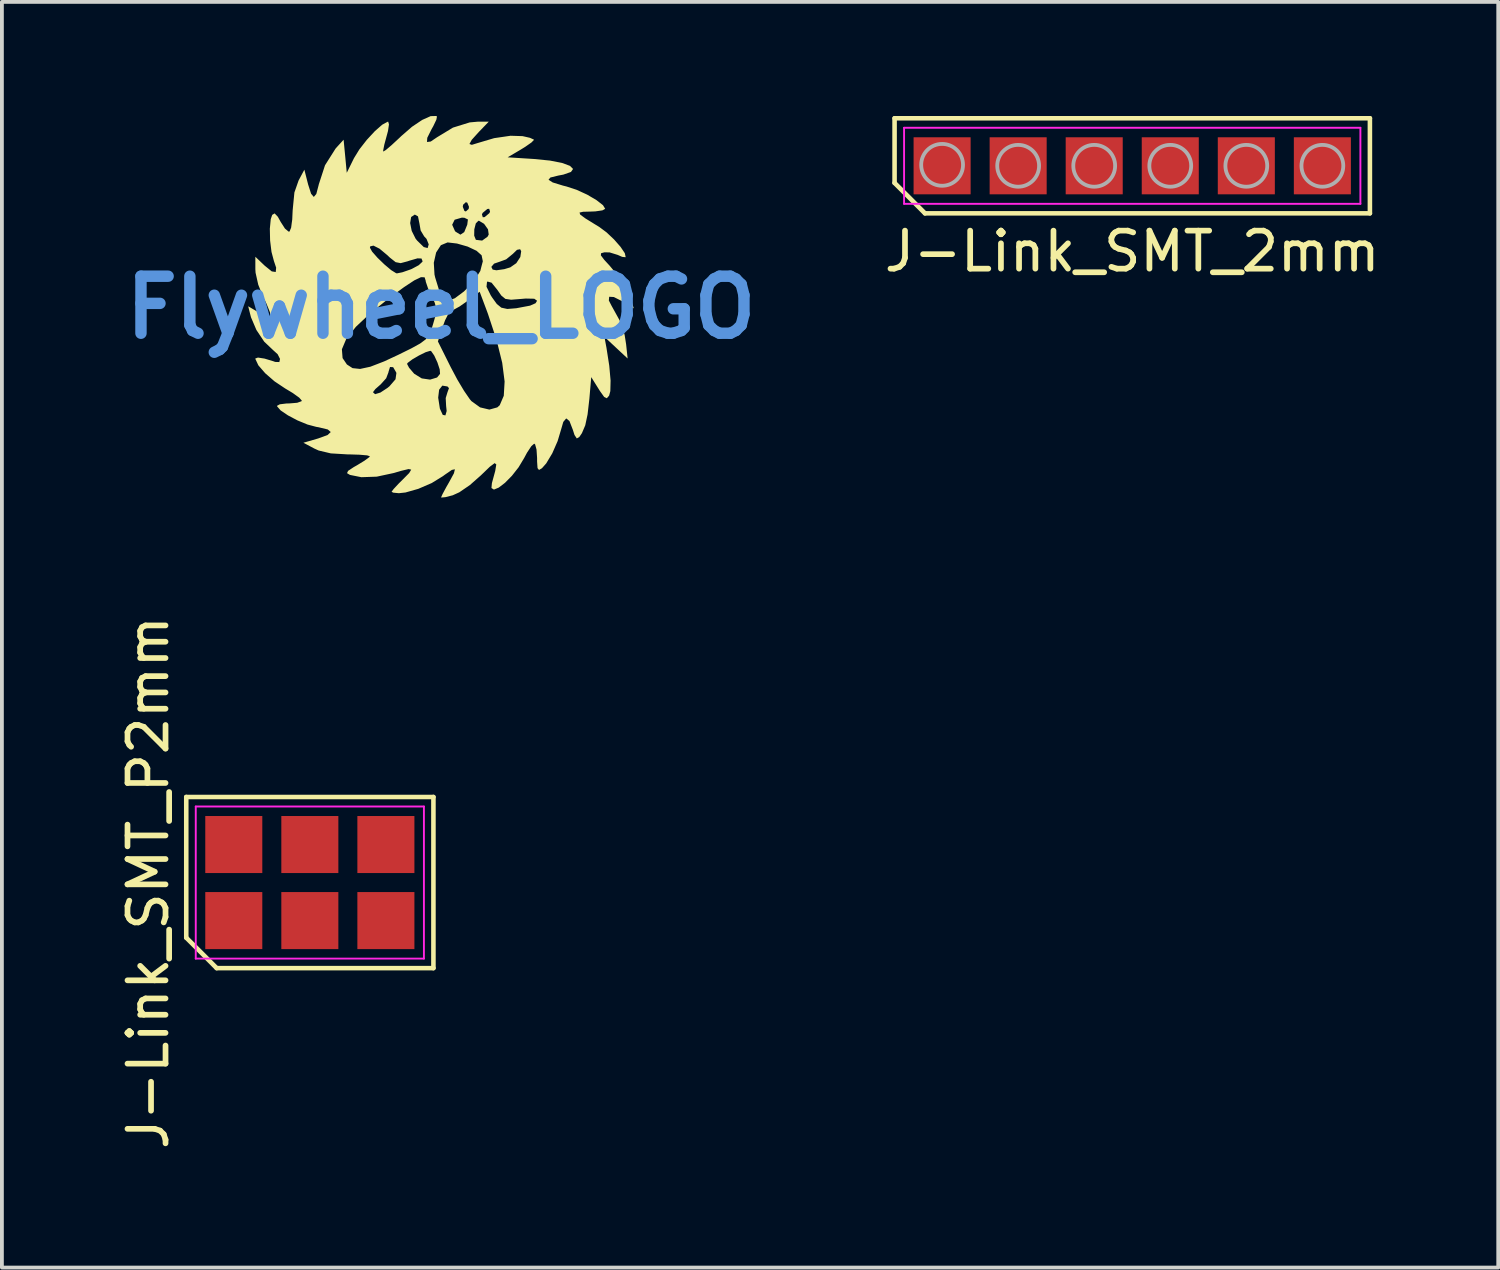
<source format=kicad_pcb>
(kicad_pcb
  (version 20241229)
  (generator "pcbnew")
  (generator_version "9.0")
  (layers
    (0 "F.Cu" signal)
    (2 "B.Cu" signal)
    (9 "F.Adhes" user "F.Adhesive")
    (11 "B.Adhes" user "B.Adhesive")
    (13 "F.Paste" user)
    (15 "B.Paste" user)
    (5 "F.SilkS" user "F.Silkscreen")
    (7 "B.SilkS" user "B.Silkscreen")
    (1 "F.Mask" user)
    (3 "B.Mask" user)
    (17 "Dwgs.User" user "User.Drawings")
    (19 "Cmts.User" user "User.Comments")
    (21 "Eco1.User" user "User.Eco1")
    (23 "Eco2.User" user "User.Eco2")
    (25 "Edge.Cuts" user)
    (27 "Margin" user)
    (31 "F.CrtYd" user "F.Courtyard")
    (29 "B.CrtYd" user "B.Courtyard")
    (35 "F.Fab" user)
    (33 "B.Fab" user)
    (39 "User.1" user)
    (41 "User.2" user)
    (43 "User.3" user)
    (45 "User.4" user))
  (footprint "J-Link_SMT_2mm"
    (layer "F.Cu")
    (at 26.725 1.31)
    (property "Reference" "J-Link_SMT_2mm" (at 0 2.25 0) (layer "F.SilkS") (effects (font (size 1 1) (thickness 0.15))))
    (attr through_hole)
    (fp_line (start -6.25 -1.25) (end 6.25 -1.25) (stroke (width 0.12) (type default)) (layer "F.SilkS"))
    (fp_line (start -6.25 0.45) (end -6.25 -1.25) (stroke (width 0.12) (type default)) (layer "F.SilkS"))
    (fp_line (start -5.45 1.25) (end -6.25 0.45) (stroke (width 0.12) (type default)) (layer "F.SilkS"))
    (fp_line (start 6.25 -1.25) (end 6.25 1.25) (stroke (width 0.12) (type default)) (layer "F.SilkS"))
    (fp_line (start 6.25 1.25) (end -5.45 1.25) (stroke (width 0.12) (type default)) (layer "F.SilkS"))
    (fp_line (start -6 -1) (end 6 -1) (stroke (width 0.05) (type default)) (layer "F.CrtYd"))
    (fp_line (start -6 1) (end -6 -1) (stroke (width 0.05) (type default)) (layer "F.CrtYd"))
    (fp_line (start 6 -1) (end 6 1) (stroke (width 0.05) (type default)) (layer "F.CrtYd"))
    (fp_line (start 6 1) (end -6 1) (stroke (width 0.05) (type default)) (layer "F.CrtYd"))
    (fp_circle (center -5 -0.025) (end -5 -0.575) (stroke (width 0.1) (type default)) (fill no) (layer "F.Fab"))
    (fp_circle (center -3 0) (end -3 -0.55) (stroke (width 0.1) (type default)) (fill no) (layer "F.Fab"))
    (fp_circle (center -1 0) (end -1 -0.55) (stroke (width 0.1) (type default)) (fill no) (layer "F.Fab"))
    (fp_circle (center 1 0) (end 1 -0.55) (stroke (width 0.1) (type default)) (fill no) (layer "F.Fab"))
    (fp_circle (center 3 0) (end 3 -0.55) (stroke (width 0.1) (type default)) (fill no) (layer "F.Fab"))
    (fp_circle (center 5 0) (end 5 -0.55) (stroke (width 0.1) (type default)) (fill no) (layer "F.Fab"))
    (pad "1" smd rect (at -5 0) (size 1.5 1.5) (layers "F.Cu" "F.Mask" "F.Paste"))
    (pad "2" smd rect (at -3 0) (size 1.5 1.5) (layers "F.Cu" "F.Mask" "F.Paste"))
    (pad "3" smd rect (at -1 0) (size 1.5 1.5) (layers "F.Cu" "F.Mask" "F.Paste"))
    (pad "4" smd rect (at 1 0) (size 1.5 1.5) (layers "F.Cu" "F.Mask" "F.Paste"))
    (pad "5" smd rect (at 3 0) (size 1.5 1.5) (layers "F.Cu" "F.Mask" "F.Paste"))
    (pad "6" smd rect (at 5 0) (size 1.5 1.5) (layers "F.Cu" "F.Mask" "F.Paste")))
  (footprint "Flywheel_LOGO"
    (layer "F.Cu")
    (at 8.55 5.035)
    (property "Reference" "Flywheel_LOGO" (at 0 0 0) (layer "Cmts.User") (effects (font (size 1.5 1.5) (thickness 0.3))))
    (attr board_only exclude_from_pos_files exclude_from_bom)
    (fp_poly (pts (xy -0.109 -5.021) (xy -0.125 -4.937) (xy -0.206 -4.767) (xy -0.251 -4.688) (xy -0.364 -4.461) (xy -0.371 -4.351) (xy -0.273 -4.363) (xy -0.106 -4.476) (xy 0.311 -4.729) (xy 0.752 -4.866) (xy 0.962 -4.885) (xy 1.253 -4.885) (xy 0.993 -4.616) (xy 0.806 -4.409) (xy 0.745 -4.298) (xy 0.808 -4.276) (xy 0.947 -4.319) (xy 1.395 -4.452) (xy 1.827 -4.515) (xy 2.143 -4.505) (xy 2.336 -4.461) (xy 2.437 -4.415) (xy 2.442 -4.406) (xy 2.377 -4.339) (xy 2.214 -4.225) (xy 2.096 -4.152) (xy 1.75 -3.948) (xy 2.442 -3.904) (xy 2.864 -3.862) (xy 3.184 -3.799) (xy 3.389 -3.723) (xy 3.47 -3.642) (xy 3.415 -3.563) (xy 3.214 -3.493) (xy 3.082 -3.468) (xy 2.874 -3.417) (xy 2.825 -3.358) (xy 2.935 -3.287) (xy 3.205 -3.204) (xy 3.297 -3.181) (xy 3.563 -3.094) (xy 3.84 -2.967) (xy 4.085 -2.823) (xy 4.257 -2.689) (xy 4.315 -2.594) (xy 4.242 -2.553) (xy 4.056 -2.526) (xy 3.928 -2.521) (xy 3.733 -2.516) (xy 3.64 -2.495) (xy 3.658 -2.442) (xy 3.795 -2.341) (xy 4.06 -2.177) (xy 4.159 -2.117) (xy 4.351 -1.974) (xy 4.548 -1.788) (xy 4.719 -1.593) (xy 4.831 -1.427) (xy 4.853 -1.326) (xy 4.849 -1.321) (xy 4.762 -1.33) (xy 4.643 -1.382) (xy 4.432 -1.447) (xy 4.296 -1.45) (xy 4.207 -1.426) (xy 4.201 -1.37) (xy 4.29 -1.252) (xy 4.431 -1.099) (xy 4.73 -0.741) (xy 4.924 -0.394) (xy 5.006 -0.171) (xy 5.066 0.025) (xy 4.768 -0.16) (xy 4.542 -0.274) (xy 4.42 -0.281) (xy 4.411 -0.183) (xy 4.475 -0.057) (xy 4.7 0.35) (xy 4.826 0.721) (xy 4.865 0.967) (xy 4.905 1.343) (xy 4.6 1.058) (xy 4.295 0.773) (xy 4.348 1.058) (xy 4.422 1.533) (xy 4.457 1.923) (xy 4.45 2.201) (xy 4.418 2.32) (xy 4.358 2.388) (xy 4.288 2.354) (xy 4.178 2.2) (xy 4.144 2.146) (xy 3.948 1.832) (xy 3.899 2.402) (xy 3.852 2.811) (xy 3.791 3.099) (xy 3.703 3.306) (xy 3.634 3.407) (xy 3.568 3.445) (xy 3.508 3.354) (xy 3.464 3.217) (xy 3.375 2.987) (xy 3.29 2.918) (xy 3.213 3.01) (xy 3.159 3.197) (xy 3.064 3.515) (xy 2.923 3.837) (xy 2.763 4.103) (xy 2.652 4.228) (xy 2.574 4.274) (xy 2.536 4.225) (xy 2.524 4.05) (xy 2.524 3.958) (xy 2.509 3.736) (xy 2.472 3.601) (xy 2.448 3.582) (xy 2.372 3.649) (xy 2.259 3.82) (xy 2.186 3.956) (xy 2.038 4.203) (xy 1.862 4.427) (xy 1.68 4.612) (xy 1.515 4.738) (xy 1.389 4.79) (xy 1.324 4.749) (xy 1.336 4.62) (xy 1.423 4.3) (xy 1.451 4.128) (xy 1.408 4.094) (xy 1.281 4.189) (xy 1.058 4.404) (xy 1.049 4.413) (xy 0.758 4.67) (xy 0.479 4.861) (xy 0.305 4.94) (xy 0.113 4.989) (xy 0.007 4.999) (xy 0 4.993) (xy 0.038 4.907) (xy 0.134 4.728) (xy 0.211 4.594) (xy 0.337 4.362) (xy 0.363 4.256) (xy 0.283 4.272) (xy 0.091 4.404) (xy 0.05 4.435) (xy -0.247 4.618) (xy -0.599 4.77) (xy -0.936 4.866) (xy -1.109 4.885) (xy -1.257 4.871) (xy -1.303 4.848) (xy -1.249 4.775) (xy -1.113 4.629) (xy -1.005 4.522) (xy -0.839 4.354) (xy -0.786 4.265) (xy -0.855 4.25) (xy -1.06 4.299) (xy -1.254 4.356) (xy -1.692 4.45) (xy -2.097 4.464) (xy -2.397 4.404) (xy -2.474 4.358) (xy -2.447 4.298) (xy -2.298 4.199) (xy -2.213 4.151) (xy -2.015 4.03) (xy -1.892 3.939) (xy -1.873 3.913) (xy -1.947 3.89) (xy -2.144 3.873) (xy -2.423 3.864) (xy -2.463 3.864) (xy -2.9 3.838) (xy -3.221 3.762) (xy -3.337 3.709) (xy -3.621 3.558) (xy -3.232 3.445) (xy -2.986 3.355) (xy -2.902 3.277) (xy -2.98 3.209) (xy -3.22 3.151) (xy -3.285 3.14) (xy -3.514 3.079) (xy -3.776 2.971) (xy -4.026 2.839) (xy -4.22 2.708) (xy -4.312 2.602) (xy -4.315 2.587) (xy -4.242 2.547) (xy -4.062 2.525) (xy -3.989 2.524) (xy -3.785 2.507) (xy -3.672 2.467) (xy -3.663 2.45) (xy -3.729 2.375) (xy -3.732 2.372) (xy -0.077 2.372) (xy -0.033 2.657) (xy -0.03 2.666) (xy 0.043 2.825) (xy 0.113 2.839) (xy 0.146 2.724) (xy 0.132 2.593) (xy 0.121 2.383) (xy 0.166 2.235) (xy 0.166 2.234) (xy 0.207 2.122) (xy 0.167 2.078) (xy 0.032 2.056) (xy -0.052 2.163) (xy -0.077 2.372) (xy -3.732 2.372) (xy -3.899 2.252) (xy -3.935 2.23) (xy -1.791 2.23) (xy -1.736 2.281) (xy -1.596 2.238) (xy -1.41 2.116) (xy -1.358 2.073) (xy -1.199 1.889) (xy -1.176 1.726) (xy -1.181 1.709) (xy -1.261 1.571) (xy -1.344 1.566) (xy -1.384 1.696) (xy -1.384 1.704) (xy -1.444 1.862) (xy -1.587 2.021) (xy -1.729 2.146) (xy -1.791 2.228) (xy -1.791 2.23) (xy -3.935 2.23) (xy -4.103 2.129) (xy -4.38 1.944) (xy -4.626 1.73) (xy -4.806 1.522) (xy -4.884 1.356) (xy -4.885 1.342) (xy -4.816 1.318) (xy -4.643 1.345) (xy -4.409 1.416) (xy -4.363 1.433) (xy -4.254 1.436) (xy -4.236 1.354) (xy -4.299 1.23) (xy -4.428 1.113) (xy -4.441 1.1) (xy -2.609 1.1) (xy -2.591 1.332) (xy -2.477 1.5) (xy -2.329 1.596) (xy -2.131 1.617) (xy -1.861 1.559) (xy -1.666 1.484) (xy -0.896 1.484) (xy -0.843 1.585) (xy -0.716 1.734) (xy -0.705 1.745) (xy -0.509 1.866) (xy -0.29 1.898) (xy -0.106 1.842) (xy -0.028 1.747) (xy -0.037 1.628) (xy -0.097 1.446) (xy -0.18 1.266) (xy -0.259 1.152) (xy -0.284 1.14) (xy -0.404 1.176) (xy -0.581 1.263) (xy -0.759 1.367) (xy -0.877 1.456) (xy -0.896 1.484) (xy -1.666 1.484) (xy -1.496 1.418) (xy -1.129 1.247) (xy -0.782 1.076) (xy -0.552 0.949) (xy -0.478 0.894) (xy -0.084 0.894) (xy 0.251 1.566) (xy 0.426 1.896) (xy 0.604 2.194) (xy 0.754 2.412) (xy 0.797 2.463) (xy 1.025 2.628) (xy 1.269 2.686) (xy 1.478 2.628) (xy 1.541 2.572) (xy 1.648 2.323) (xy 1.67 1.947) (xy 1.607 1.456) (xy 1.46 0.86) (xy 1.232 0.17) (xy 1.2 0.083) (xy 1.014 -0.413) (xy 0.69 -0.168) (xy 0.485 -0.025) (xy 0.324 0.064) (xy 0.274 0.079) (xy 0.199 0.151) (xy 0.106 0.334) (xy 0.049 0.488) (xy -0.084 0.894) (xy -0.478 0.894) (xy -0.407 0.841) (xy -0.318 0.725) (xy -0.255 0.575) (xy -0.214 0.448) (xy -0.142 0.196) (xy -0.126 0.027) (xy -0.17 -0.13) (xy -0.245 -0.286) (xy -0.345 -0.506) (xy -0.402 -0.674) (xy -0.407 -0.709) (xy -0.435 -0.793) (xy -0.53 -0.796) (xy -0.705 -0.712) (xy -0.975 -0.534) (xy -1.309 -0.29) (xy -1.848 0.139) (xy -2.241 0.509) (xy -2.494 0.827) (xy -2.609 1.1) (xy -4.441 1.1) (xy -4.652 0.9) (xy -4.857 0.593) (xy -4.999 0.26) (xy -5.013 0.208) (xy -5.073 -0.031) (xy -4.775 0.145) (xy -4.588 0.239) (xy -4.498 0.238) (xy -4.5 0.129) (xy -4.593 -0.1) (xy -4.681 -0.278) (xy -4.809 -0.599) (xy -4.879 -0.913) (xy -4.885 -1.006) (xy -4.885 -1.333) (xy -4.641 -1.1) (xy -4.453 -0.948) (xy -4.349 -0.932) (xy -4.338 -1.046) (xy -4.397 -1.222) (xy -4.46 -1.459) (xy -4.474 -1.571) (xy -1.872 -1.571) (xy -1.815 -1.468) (xy -1.674 -1.308) (xy -1.492 -1.132) (xy -1.314 -0.982) (xy -1.184 -0.901) (xy -1.161 -0.896) (xy -1.018 -0.925) (xy -0.808 -0.998) (xy -0.771 -1.013) (xy -0.588 -1.111) (xy -0.52 -1.175) (xy -0.192 -1.175) (xy -0.174 -0.866) (xy -0.157 -0.791) (xy -0.049 -0.44) (xy 0.057 -0.239) (xy 0.187 -0.177) (xy 0.362 -0.242) (xy 0.602 -0.421) (xy 0.723 -0.544) (xy 1.194 -0.544) (xy 1.306 -0.317) (xy 1.343 -0.26) (xy 1.465 -0.091) (xy 1.584 0.006) (xy 1.741 0.04) (xy 1.976 0.021) (xy 2.327 -0.045) (xy 2.341 -0.048) (xy 2.484 -0.111) (xy 2.524 -0.176) (xy 2.45 -0.229) (xy 2.226 -0.234) (xy 2.094 -0.223) (xy 1.841 -0.203) (xy 1.69 -0.225) (xy 1.583 -0.313) (xy 1.477 -0.465) (xy 1.327 -0.651) (xy 1.221 -0.681) (xy 1.207 -0.67) (xy 1.194 -0.544) (xy 0.723 -0.544) (xy 0.86 -0.684) (xy 1.031 -0.96) (xy 1.058 -1.067) (xy 1.321 -1.067) (xy 1.356 -0.996) (xy 1.453 -0.977) (xy 1.659 -1.006) (xy 1.819 -1.054) (xy 1.977 -1.164) (xy 2.083 -1.326) (xy 2.106 -1.479) (xy 2.078 -1.531) (xy 1.996 -1.515) (xy 1.887 -1.409) (xy 1.711 -1.265) (xy 1.553 -1.207) (xy 1.393 -1.152) (xy 1.321 -1.067) (xy 1.058 -1.067) (xy 1.097 -1.214) (xy 1.065 -1.372) (xy 0.932 -1.49) (xy 0.697 -1.601) (xy 0.417 -1.681) (xy 0.17 -1.71) (xy -0.006 -1.637) (xy -0.131 -1.445) (xy -0.192 -1.175) (xy -0.52 -1.175) (xy -0.492 -1.201) (xy -0.488 -1.217) (xy -0.516 -1.287) (xy -0.621 -1.291) (xy -0.836 -1.229) (xy -0.889 -1.211) (xy -1.064 -1.165) (xy -1.196 -1.191) (xy -1.349 -1.312) (xy -1.414 -1.374) (xy -1.619 -1.545) (xy -1.779 -1.626) (xy -1.865 -1.606) (xy -1.872 -1.571) (xy -4.474 -1.571) (xy -4.497 -1.762) (xy -4.504 -2.069) (xy -4.48 -2.321) (xy -4.442 -2.434) (xy -4.378 -2.473) (xy -4.294 -2.385) (xy -4.218 -2.248) (xy -4.106 -2.074) (xy -4.01 -1.994) (xy -3.986 -1.997) (xy -3.944 -2.098) (xy -3.928 -2.219) (xy -0.814 -2.219) (xy -0.773 -2.013) (xy -0.671 -1.809) (xy -0.631 -1.759) (xy -0.456 -1.588) (xy -0.354 -1.562) (xy -0.326 -1.659) (xy -0.383 -1.802) (xy -0.448 -1.872) (xy -0.456 -1.887) (xy 0.87 -1.887) (xy 0.913 -1.781) (xy 0.916 -1.778) (xy 1.079 -1.758) (xy 1.221 -1.86) (xy 1.252 -1.917) (xy 1.233 -2.054) (xy 1.13 -2.199) (xy 0.999 -2.278) (xy 0.981 -2.279) (xy 0.913 -2.211) (xy 0.873 -2.055) (xy 0.87 -1.887) (xy -0.456 -1.887) (xy -0.538 -2.024) (xy -0.564 -2.174) (xy 0.291 -2.174) (xy 0.365 -2.008) (xy 0.381 -1.992) (xy 0.508 -1.914) (xy 0.608 -1.981) (xy 0.688 -2.178) (xy 0.705 -2.314) (xy 0.61 -2.359) (xy 0.543 -2.361) (xy 0.356 -2.307) (xy 0.291 -2.174) (xy -0.564 -2.174) (xy -0.57 -2.208) (xy -0.608 -2.395) (xy -0.692 -2.442) (xy -0.788 -2.378) (xy -0.814 -2.219) (xy -3.928 -2.219) (xy -3.915 -2.312) (xy -3.909 -2.447) (xy 1.074 -2.447) (xy 1.096 -2.372) (xy 1.145 -2.376) (xy 1.268 -2.479) (xy 1.287 -2.519) (xy 1.265 -2.594) (xy 1.216 -2.59) (xy 1.093 -2.487) (xy 1.074 -2.447) (xy -3.909 -2.447) (xy -3.904 -2.549) (xy -3.895 -2.646) (xy 0.57 -2.646) (xy 0.614 -2.537) (xy 0.651 -2.524) (xy 0.724 -2.59) (xy 0.733 -2.646) (xy 0.689 -2.754) (xy 0.651 -2.768) (xy 0.579 -2.702) (xy 0.57 -2.646) (xy -3.895 -2.646) (xy -3.858 -3.024) (xy -3.748 -3.338) (xy -3.596 -3.623) (xy -3.498 -3.237) (xy -3.419 -2.99) (xy -3.348 -2.906) (xy -3.282 -2.984) (xy -3.219 -3.224) (xy -3.218 -3.232) (xy -3.053 -3.739) (xy -2.776 -4.177) (xy -2.738 -4.22) (xy -2.564 -4.411) (xy -2.522 -3.976) (xy -2.481 -3.541) (xy -2.291 -3.926) (xy -2.149 -4.157) (xy -1.955 -4.406) (xy -1.744 -4.634) (xy -1.55 -4.805) (xy -1.406 -4.883) (xy -1.392 -4.885) (xy -1.371 -4.815) (xy -1.397 -4.639) (xy -1.433 -4.505) (xy -1.494 -4.28) (xy -1.523 -4.131) (xy -1.521 -4.099) (xy -1.455 -4.139) (xy -1.303 -4.268) (xy -1.096 -4.46) (xy -1.047 -4.507) (xy -0.766 -4.751) (xy -0.498 -4.931) (xy -0.275 -5.031) (xy -0.128 -5.035)) (stroke (width 0) (type solid)) (fill yes) (layer "F.SilkS")))
  (footprint "J-Link_SMT_P2mm"
    (layer "F.Cu")
    (at 5.098 20.159)
    (property "Reference" "J-Link_SMT_P2mm" (at -4.25 0 90) (layer "F.SilkS") (effects (font (size 1 1) (thickness 0.15))))
    (attr through_hole)
    (fp_line (start -3.25 -2.25) (end 3.25 -2.25) (stroke (width 0.12) (type default)) (layer "F.SilkS"))
    (fp_line (start -3.25 1.45) (end -3.25 -2.25) (stroke (width 0.12) (type default)) (layer "F.SilkS"))
    (fp_line (start -2.45 2.25) (end -3.25 1.45) (stroke (width 0.12) (type default)) (layer "F.SilkS"))
    (fp_line (start 3.25 -2.25) (end 3.25 2.25) (stroke (width 0.12) (type default)) (layer "F.SilkS"))
    (fp_line (start 3.25 2.25) (end -2.45 2.25) (stroke (width 0.12) (type default)) (layer "F.SilkS"))
    (fp_line (start -3 -2) (end 3 -2) (stroke (width 0.05) (type default)) (layer "F.CrtYd"))
    (fp_line (start -3 2) (end -3 -2) (stroke (width 0.05) (type default)) (layer "F.CrtYd"))
    (fp_line (start 3 -2) (end 3 2) (stroke (width 0.05) (type default)) (layer "F.CrtYd"))
    (fp_line (start 3 2) (end -3 2) (stroke (width 0.05) (type default)) (layer "F.CrtYd"))
    (pad "1" smd rect (at -2 1) (size 1.5 1.5) (layers "F.Cu" "F.Mask" "F.Paste"))
    (pad "2" smd rect (at 0 1) (size 1.5 1.5) (layers "F.Cu" "F.Mask" "F.Paste"))
    (pad "3" smd rect (at 2 1) (size 1.5 1.5) (layers "F.Cu" "F.Mask" "F.Paste"))
    (pad "4" smd rect (at 2 -1) (size 1.5 1.5) (layers "F.Cu" "F.Mask" "F.Paste"))
    (pad "5" smd rect (at 0 -1) (size 1.5 1.5) (layers "F.Cu" "F.Mask" "F.Paste"))
    (pad "6" smd rect (at -2 -1) (size 1.5 1.5) (layers "F.Cu" "F.Mask" "F.Paste")))
  (gr_rect
    (start -3 -3)
    (end 36.35 30.284)
    (stroke (width 0.1) (type default))
    (fill no)
    (layer "Edge.Cuts")))
</source>
